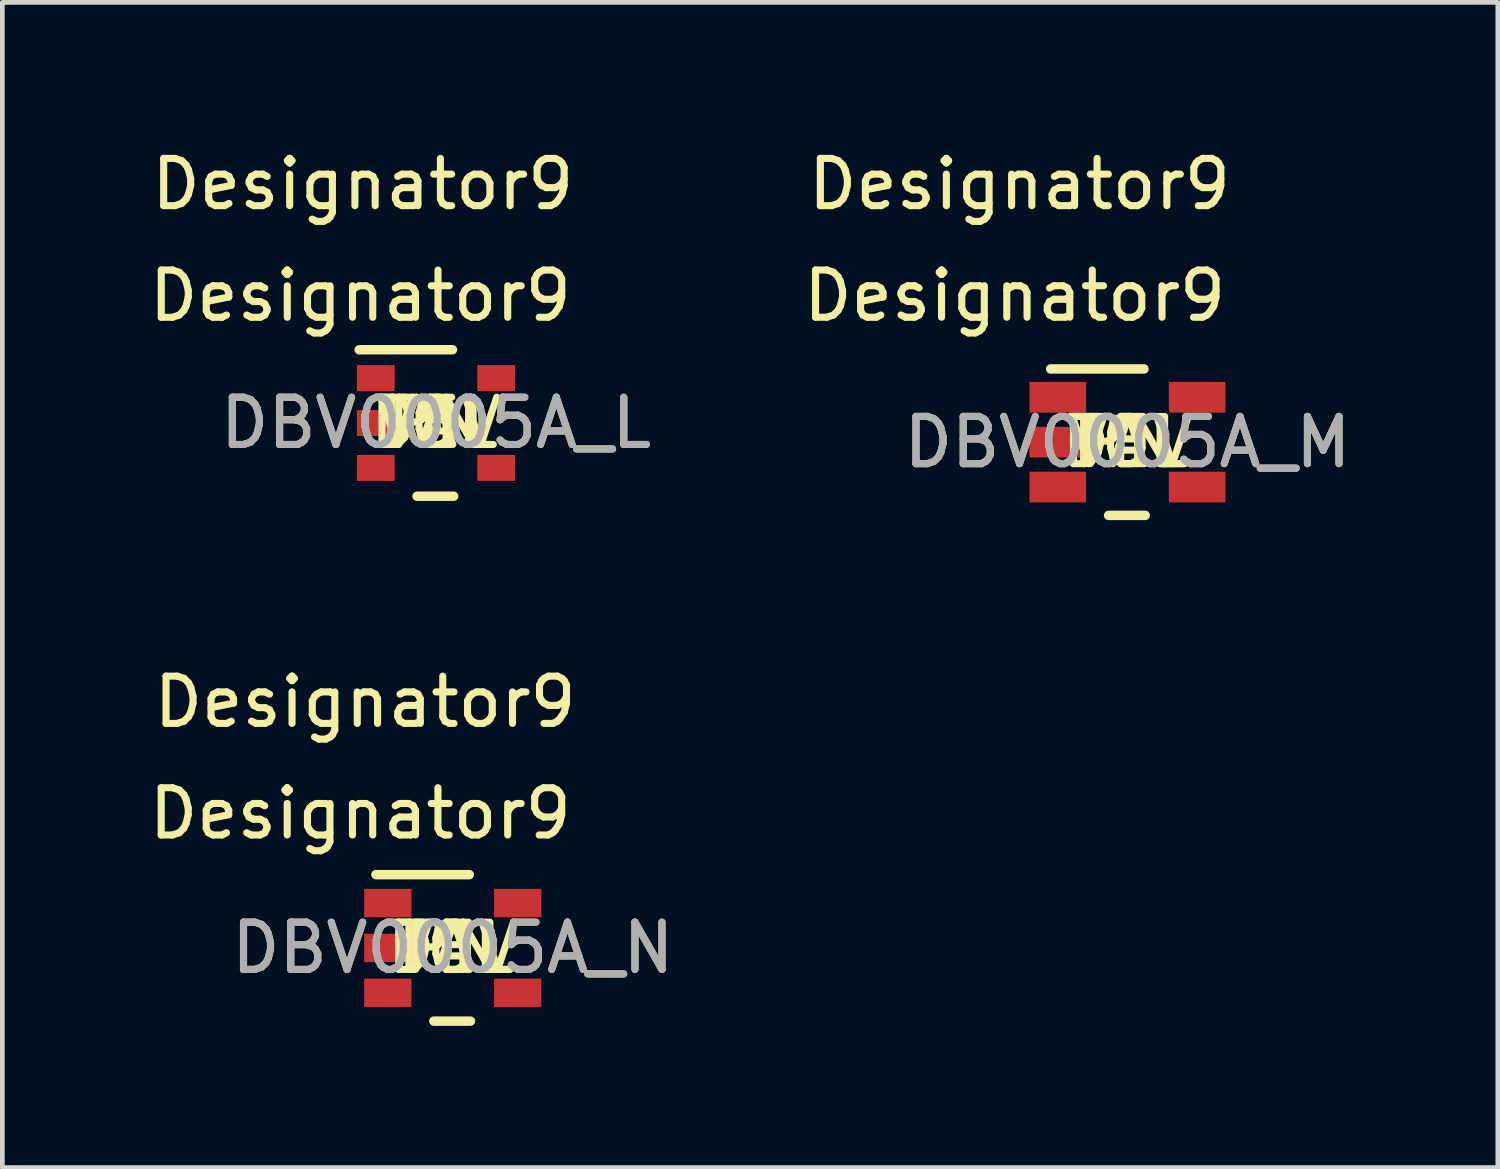
<source format=kicad_pcb>
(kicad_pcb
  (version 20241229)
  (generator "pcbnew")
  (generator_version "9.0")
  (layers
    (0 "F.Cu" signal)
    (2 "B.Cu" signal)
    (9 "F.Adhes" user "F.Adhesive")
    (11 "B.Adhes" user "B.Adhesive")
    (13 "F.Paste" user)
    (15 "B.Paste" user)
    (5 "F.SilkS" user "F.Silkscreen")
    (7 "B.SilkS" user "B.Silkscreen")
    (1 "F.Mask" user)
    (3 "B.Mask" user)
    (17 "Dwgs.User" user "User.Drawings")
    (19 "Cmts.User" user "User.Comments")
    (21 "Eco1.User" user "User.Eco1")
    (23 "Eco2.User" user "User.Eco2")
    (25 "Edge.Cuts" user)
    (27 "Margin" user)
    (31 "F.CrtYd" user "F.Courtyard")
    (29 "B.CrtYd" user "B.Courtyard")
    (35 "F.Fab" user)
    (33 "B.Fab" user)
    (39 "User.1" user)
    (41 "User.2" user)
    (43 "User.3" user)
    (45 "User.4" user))
  (footprint "DBV0005A_M"
    (layer "F.Cu")
    (at 20.815 6.309)
    (property "Reference" "DBV0005A_M" (at 0 0 0) (unlocked yes) (layer "F.SilkS") (effects (font (size 1 1) (thickness 0.15))))
    (attr smd)
    (fp_line (start -1.625 -1.55) (end 0.35 -1.55) (stroke (width 0.2) (type solid)) (layer "F.SilkS"))
    (fp_line (start -0.4 1.55) (end 0.375 1.55) (stroke (width 0.2) (type solid)) (layer "F.SilkS"))
    (fp_text user "DEV" (at 0 0 0) (unlocked yes) (layer "F.SilkS") (effects (font (size 1 1) (thickness 0.15))))
    (fp_text user "Designator9" (at -2.286 -5.461 0) (unlocked yes) (layer "F.SilkS") (effects (font (size 1 1) (thickness 0.15))))
    (fp_text user "TOL" (at 0 0 0) (unlocked yes) (layer "F.SilkS") (effects (font (size 1 1) (thickness 0.15))))
    (fp_text user "VAL" (at 0 0 0) (unlocked yes) (layer "F.SilkS") (effects (font (size 1 1) (thickness 0.15))))
    (fp_text user "PN" (at 0 0 0) (unlocked yes) (layer "F.SilkS") (effects (font (size 1 1) (thickness 0.15))))
    (fp_text user "Designator9" (at -2.388 -3.099 0) (unlocked yes) (layer "F.SilkS") (effects (font (size 1 1) (thickness 0.15))))
    (fp_text user "${REFERENCE}" (at 0 0 0) (unlocked yes) (layer "F.Fab") (effects (font (size 1 1) (thickness 0.15))))
    (pad "1" smd rect (at -1.475 -0.95 90) (size 0.65 1.2) (layers "F.Cu" "F.Mask" "F.Paste"))
    (pad "2" smd rect (at -1.475 0 90) (size 0.65 1.2) (layers "F.Cu" "F.Mask" "F.Paste"))
    (pad "3" smd rect (at -1.475 0.95 90) (size 0.65 1.2) (layers "F.Cu" "F.Mask" "F.Paste"))
    (pad "4" smd rect (at 1.475 0.95 90) (size 0.65 1.2) (layers "F.Cu" "F.Mask" "F.Paste"))
    (pad "5" smd rect (at 1.475 -0.95 90) (size 0.65 1.2) (layers "F.Cu" "F.Mask" "F.Paste")))
  (footprint "DBV0005A_L"
    (layer "F.Cu")
    (at 6.178 5.903)
    (property "Reference" "DBV0005A_L" (at 0 0 0) (unlocked yes) (layer "F.SilkS") (effects (font (size 1 1) (thickness 0.15))))
    (attr smd)
    (fp_line (start -1.625 -1.55) (end 0.35 -1.55) (stroke (width 0.2) (type solid)) (layer "F.SilkS"))
    (fp_line (start -0.4 1.55) (end 0.375 1.55) (stroke (width 0.2) (type solid)) (layer "F.SilkS"))
    (fp_text user "PN" (at 0 0 0) (unlocked yes) (layer "F.SilkS") (effects (font (size 1 1) (thickness 0.15))))
    (fp_text user "Designator9" (at -1.549 -5.055 0) (unlocked yes) (layer "F.SilkS") (effects (font (size 1 1) (thickness 0.15))))
    (fp_text user "DEV" (at 0 0 0) (unlocked yes) (layer "F.SilkS") (effects (font (size 1 1) (thickness 0.15))))
    (fp_text user "TOL" (at 0 0 0) (unlocked yes) (layer "F.SilkS") (effects (font (size 1 1) (thickness 0.15))))
    (fp_text user "Designator9" (at -1.6 -2.692 0) (unlocked yes) (layer "F.SilkS") (effects (font (size 1 1) (thickness 0.15))))
    (fp_text user "VAL" (at 0 0 0) (unlocked yes) (layer "F.SilkS") (effects (font (size 1 1) (thickness 0.15))))
    (fp_text user "${REFERENCE}" (at 0 0 0) (unlocked yes) (layer "F.Fab") (effects (font (size 1 1) (thickness 0.15))))
    (pad "1" smd rect (at -1.275 -0.95 90) (size 0.55 0.8) (layers "F.Cu" "F.Mask" "F.Paste"))
    (pad "2" smd rect (at -1.275 0 90) (size 0.55 0.8) (layers "F.Cu" "F.Mask" "F.Paste"))
    (pad "3" smd rect (at -1.275 0.95 90) (size 0.55 0.8) (layers "F.Cu" "F.Mask" "F.Paste"))
    (pad "4" smd rect (at 1.275 0.95 90) (size 0.55 0.8) (layers "F.Cu" "F.Mask" "F.Paste"))
    (pad "5" smd rect (at 1.275 -0.95 90) (size 0.55 0.8) (layers "F.Cu" "F.Mask" "F.Paste")))
  (footprint "DBV0005A_N"
    (layer "F.Cu")
    (at 6.533 17.014)
    (property "Reference" "DBV0005A_N" (at 0 0 0) (unlocked yes) (layer "F.SilkS") (effects (font (size 1 1) (thickness 0.15))))
    (attr smd)
    (fp_line (start -1.625 -1.55) (end 0.35 -1.55) (stroke (width 0.2) (type solid)) (layer "F.SilkS"))
    (fp_line (start -0.4 1.55) (end 0.375 1.55) (stroke (width 0.2) (type solid)) (layer "F.SilkS"))
    (fp_text user "PN" (at 0 0 0) (unlocked yes) (layer "F.SilkS") (effects (font (size 1 1) (thickness 0.15))))
    (fp_text user "Designator9" (at -1.956 -2.845 0) (unlocked yes) (layer "F.SilkS") (effects (font (size 1 1) (thickness 0.15))))
    (fp_text user "DEV" (at 0 0 0) (unlocked yes) (layer "F.SilkS") (effects (font (size 1 1) (thickness 0.15))))
    (fp_text user "TOL" (at 0 0 0) (unlocked yes) (layer "F.SilkS") (effects (font (size 1 1) (thickness 0.15))))
    (fp_text user "Designator9" (at -1.854 -5.207 0) (unlocked yes) (layer "F.SilkS") (effects (font (size 1 1) (thickness 0.15))))
    (fp_text user "VAL" (at 0 0 0) (unlocked yes) (layer "F.SilkS") (effects (font (size 1 1) (thickness 0.15))))
    (fp_text user "${REFERENCE}" (at 0 0 0) (unlocked yes) (layer "F.Fab") (effects (font (size 1 1) (thickness 0.15))))
    (pad "1" smd rect (at -1.375 -0.95 90) (size 0.6 1) (layers "F.Cu" "F.Mask" "F.Paste"))
    (pad "2" smd rect (at -1.375 0 90) (size 0.6 1) (layers "F.Cu" "F.Mask" "F.Paste"))
    (pad "3" smd rect (at -1.375 0.95 90) (size 0.6 1) (layers "F.Cu" "F.Mask" "F.Paste"))
    (pad "4" smd rect (at 1.375 0.95 90) (size 0.6 1) (layers "F.Cu" "F.Mask" "F.Paste"))
    (pad "5" smd rect (at 1.375 -0.95 90) (size 0.6 1) (layers "F.Cu" "F.Mask" "F.Paste")))
  (gr_rect
    (start -3 -3)
    (end 28.654 21.664)
    (stroke (width 0.1) (type default))
    (fill no)
    (layer "Edge.Cuts")))
</source>
